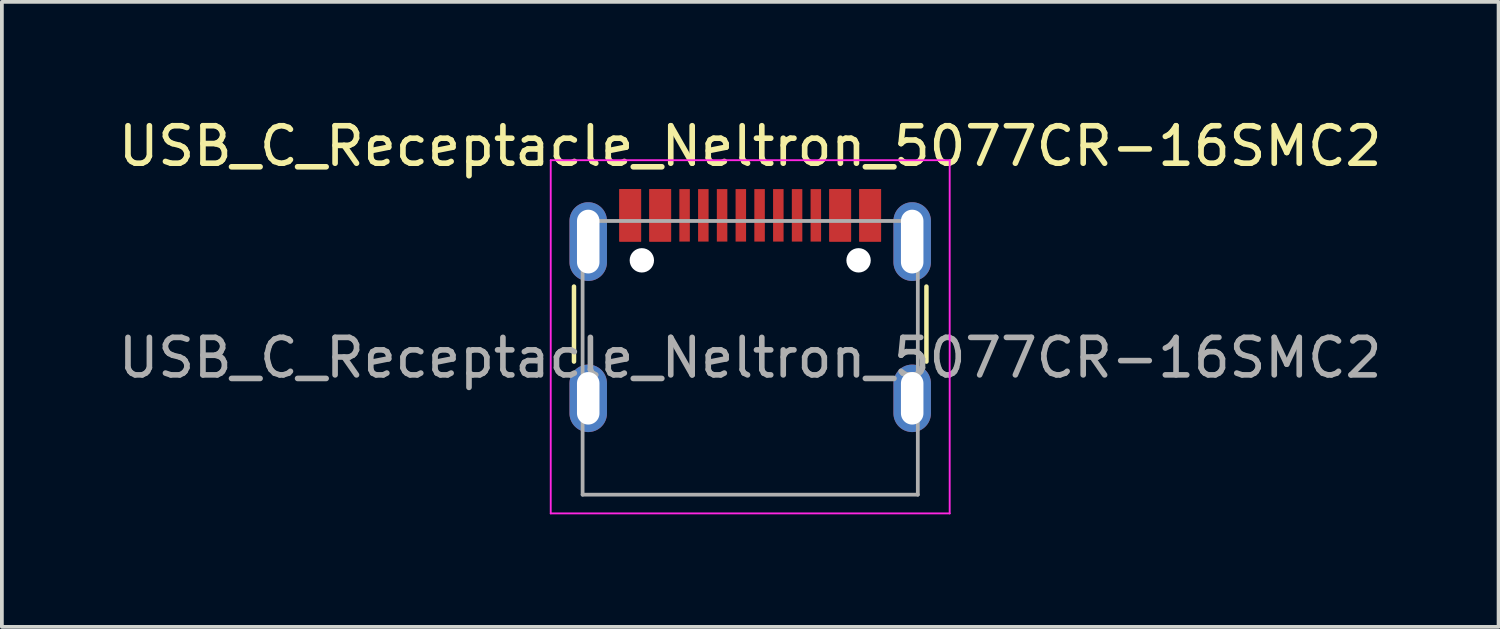
<source format=kicad_pcb>
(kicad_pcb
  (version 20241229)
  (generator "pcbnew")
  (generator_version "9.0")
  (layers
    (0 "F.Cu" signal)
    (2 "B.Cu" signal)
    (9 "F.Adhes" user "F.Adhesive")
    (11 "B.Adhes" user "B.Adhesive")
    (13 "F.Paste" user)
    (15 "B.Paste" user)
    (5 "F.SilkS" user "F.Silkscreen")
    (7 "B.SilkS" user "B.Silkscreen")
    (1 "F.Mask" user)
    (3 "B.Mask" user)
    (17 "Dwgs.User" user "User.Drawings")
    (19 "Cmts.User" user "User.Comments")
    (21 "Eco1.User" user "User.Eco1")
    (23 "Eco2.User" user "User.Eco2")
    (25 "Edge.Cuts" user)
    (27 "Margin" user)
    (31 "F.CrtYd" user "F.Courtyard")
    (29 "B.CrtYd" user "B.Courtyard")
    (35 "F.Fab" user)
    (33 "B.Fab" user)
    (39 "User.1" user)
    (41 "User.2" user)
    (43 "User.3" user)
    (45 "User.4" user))
  (footprint "USB_C_Receptacle_Neltron_5077CR-16SMC2"
    (layer "F.Cu")
    (at 16.958 6.493)
    (property "Reference" "USB_C_Receptacle_Neltron_5077CR-16SMC2" (at 0 -5.645 0) (layer "F.SilkS") (effects (font (size 1 1) (thickness 0.15))))
    (attr smd)
    (fp_line (start -4.7 -1.9) (end -4.7 0.1) (stroke (width 0.12) (type solid)) (layer "F.SilkS"))
    (fp_line (start 4.7 -1.9) (end 4.7 0.1) (stroke (width 0.12) (type solid)) (layer "F.SilkS"))
    (fp_line (start -5.32 -5.27) (end -5.32 4.15) (stroke (width 0.05) (type solid)) (layer "F.CrtYd"))
    (fp_line (start -5.32 -5.27) (end 5.32 -5.27) (stroke (width 0.05) (type solid)) (layer "F.CrtYd"))
    (fp_line (start -5.32 4.15) (end 5.32 4.15) (stroke (width 0.05) (type solid)) (layer "F.CrtYd"))
    (fp_line (start 5.32 -5.27) (end 5.32 4.15) (stroke (width 0.05) (type solid)) (layer "F.CrtYd"))
    (fp_line (start -4.47 -3.65) (end -4.47 3.65) (stroke (width 0.1) (type solid)) (layer "F.Fab"))
    (fp_line (start -4.47 -3.65) (end 4.47 -3.65) (stroke (width 0.1) (type solid)) (layer "F.Fab"))
    (fp_line (start -4.47 3.65) (end 4.47 3.65) (stroke (width 0.1) (type solid)) (layer "F.Fab"))
    (fp_line (start 4.47 -3.65) (end 4.47 3.65) (stroke (width 0.1) (type solid)) (layer "F.Fab"))
    (fp_text user "${REFERENCE}" (at 0 0 0) (layer "F.Fab") (effects (font (size 1 1) (thickness 0.15))))
    (pad "" np_thru_hole circle (at -2.89 -2.6) (size 0.65 0.65) (drill 0.65) (layers "*.Cu" "*.Mask"))
    (pad "" np_thru_hole circle (at 2.89 -2.6) (size 0.65 0.65) (drill 0.65) (layers "*.Cu" "*.Mask"))
    (pad "A1" smd rect (at -3.2 -3.8) (size 0.58 1.4) (layers "F.Cu" "F.Mask" "F.Paste"))
    (pad "A4" smd rect (at -2.4 -3.8) (size 0.58 1.4) (layers "F.Cu" "F.Mask" "F.Paste"))
    (pad "A5" smd rect (at -1.25 -3.8) (size 0.28 1.4) (layers "F.Cu" "F.Mask" "F.Paste"))
    (pad "A6" smd rect (at -0.25 -3.8) (size 0.28 1.4) (layers "F.Cu" "F.Mask" "F.Paste"))
    (pad "A7" smd rect (at 0.25 -3.8) (size 0.28 1.4) (layers "F.Cu" "F.Mask" "F.Paste"))
    (pad "A8" smd rect (at 1.25 -3.8) (size 0.28 1.4) (layers "F.Cu" "F.Mask" "F.Paste"))
    (pad "A9" smd rect (at 2.4 -3.8) (size 0.58 1.4) (layers "F.Cu" "F.Mask" "F.Paste"))
    (pad "A12" smd rect (at 3.2 -3.8) (size 0.58 1.4) (layers "F.Cu" "F.Mask" "F.Paste"))
    (pad "B1" smd rect (at 3.2 -3.8) (size 0.58 1.4) (layers "F.Cu" "F.Mask" "F.Paste"))
    (pad "B4" smd rect (at 2.4 -3.8) (size 0.58 1.4) (layers "F.Cu" "F.Mask" "F.Paste"))
    (pad "B5" smd rect (at 1.75 -3.8) (size 0.28 1.4) (layers "F.Cu" "F.Mask" "F.Paste"))
    (pad "B6" smd rect (at 0.75 -3.8) (size 0.28 1.4) (layers "F.Cu" "F.Mask" "F.Paste"))
    (pad "B7" smd rect (at -0.75 -3.8) (size 0.28 1.4) (layers "F.Cu" "F.Mask" "F.Paste"))
    (pad "B8" smd rect (at -1.75 -3.8) (size 0.28 1.4) (layers "F.Cu" "F.Mask" "F.Paste"))
    (pad "B9" smd rect (at -2.4 -3.8) (size 0.58 1.4) (layers "F.Cu" "F.Mask" "F.Paste"))
    (pad "B12" smd rect (at -3.2 -3.8) (size 0.58 1.4) (layers "F.Cu" "F.Mask" "F.Paste"))
    (pad "S1" thru_hole oval (at -4.32 -3.1) (size 1 2.1) (drill oval 0.6 1.7) (layers "*.Cu" "*.Mask"))
    (pad "S1" thru_hole oval (at -4.32 1.08) (size 1 1.8) (drill oval 0.6 1.4) (layers "*.Cu" "*.Mask"))
    (pad "S1" thru_hole oval (at 4.32 -3.1) (size 1 2.1) (drill oval 0.6 1.7) (layers "*.Cu" "*.Mask"))
    (pad "S1" thru_hole oval (at 4.32 1.08) (size 1 1.8) (drill oval 0.6 1.4) (layers "*.Cu" "*.Mask")))
  (gr_rect
    (start -3 -3)
    (end 36.917 13.668)
    (stroke (width 0.1) (type default))
    (fill no)
    (layer "Edge.Cuts")))
</source>
